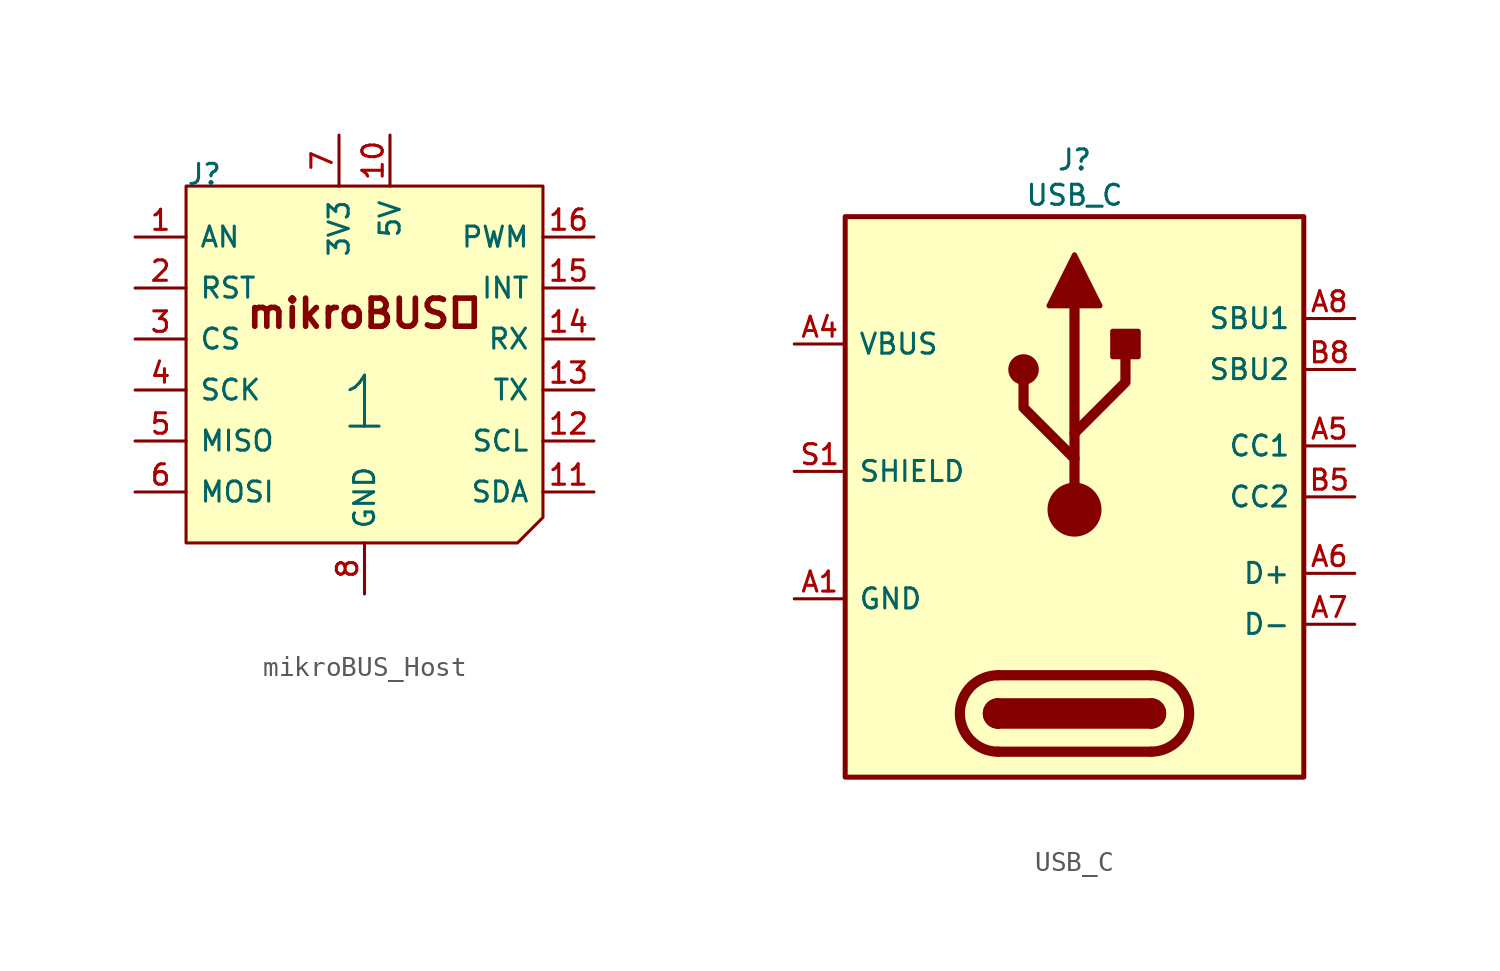
<source format=kicad_sym>
(kicad_symbol_lib
  (version 20220914)
  (generator kicad_symbol_editor)
  (symbol "mikroBUS_Host"
    (pin_names
      (offset 0.635))
    (property "Reference" "J"
      (at 0 0 0)
      (do_not_autoplace)
      (effects (font (size 1.0 1.0)) (justify left bottom)))
    (property "Value" "1"
      (at 8.89 -10.795 0)
      (do_not_autoplace)
      (effects (font (size 2.54 2.54))))
    (symbol "mikroBUS_Host_0_0"
      (pin power_in line (at 10.16 2.54 270) (length 2.54) (name "5V" (effects (font (size 1.0 1.0)))) (number "10" (effects (font (size 1.016 1.016)))))
      (pin bidirectional line (at 20.32 -15.24 180) (length 2.54) (name "SDA" (effects (font (size 1.0 1.0)))) (number "11" (effects (font (size 1.016 1.016)))))
      (pin bidirectional line (at 20.32 -12.7 180) (length 2.54) (name "SCL" (effects (font (size 1.0 1.0)))) (number "12" (effects (font (size 1.016 1.016)))))
      (pin bidirectional line (at 20.32 -10.16 180) (length 2.54) (name "TX" (effects (font (size 1.0 1.0)))) (number "13" (effects (font (size 1.016 1.016)))))
      (pin bidirectional line (at 20.32 -7.62 180) (length 2.54) (name "RX" (effects (font (size 1.0 1.0)))) (number "14" (effects (font (size 1.016 1.016)))))
      (pin bidirectional line (at 20.32 -5.08 180) (length 2.54) (name "INT" (effects (font (size 1.0 1.0)))) (number "15" (effects (font (size 1.016 1.016)))))
      (pin bidirectional line (at 20.32 -2.54 180) (length 2.54) (name "PWM" (effects (font (size 1.0 1.0)))) (number "16" (effects (font (size 1.016 1.016)))))
      (pin bidirectional line (at -2.54 -5.08 0) (length 2.54) (name "RST" (effects (font (size 1.0 1.0)))) (number "2" (effects (font (size 1.016 1.016)))))
      (pin bidirectional line (at -2.54 -7.62 0) (length 2.54) (name "CS" (effects (font (size 1.0 1.0)))) (number "3" (effects (font (size 1.016 1.016)))))
      (pin bidirectional line (at -2.54 -10.16 0) (length 2.54) (name "SCK" (effects (font (size 1.0 1.0)))) (number "4" (effects (font (size 1.016 1.016)))))
      (pin bidirectional line (at -2.54 -12.7 0) (length 2.54) (name "MISO" (effects (font (size 1.0 1.0)))) (number "5" (effects (font (size 1.016 1.016)))))
      (pin bidirectional line (at -2.54 -15.24 0) (length 2.54) (name "MOSI" (effects (font (size 1.0 1.0)))) (number "6" (effects (font (size 1.016 1.016)))))
      (pin power_in line (at 7.62 2.54 270) (length 2.54) (name "3V3" (effects (font (size 1.0 1.0)))) (number "7" (effects (font (size 1.016 1.016))))))
    (symbol "mikroBUS_Host_1_0"
      (pin bidirectional line (at -2.54 -2.54 0) (length 2.54) (name "AN" (effects (font (size 1.0 1.0)))) (number "1" (effects (font (size 1.0 1.0)))))
      (pin bidirectional line (at 8.89 -20.32 90) (length 2.54) (name "GND" (effects (font (size 1.0 1.0)))) (number "8" (effects (font (size 1.016 1.016)))))
      (pin bidirectional line (at 8.89 -20.32 90) (length 2.54) hide (name "GND" (effects (font (size 1.0 1.0)))) (number "9" (effects (font (size 1.016 1.016))))))
    (symbol "mikroBUS_Host_1_1"
      (polyline (pts (xy 0 0) (xy 0 -17.78) (xy 16.51 -17.78) (xy 17.78 -16.51) (xy 17.78 0) (xy 0 0)) (stroke (width 0) (type default)) (fill (type background)))
      (text "mikroBUS™" (at 8.89 -6.35 0) (effects (font (size 1.4 1.4) bold)))))
  (symbol "USB_C"
    (pin_names
      (offset 0.635))
    (property "Reference" "J"
      (at 11.43 2.83 0)
      (effects (font (size 1.0 1.0))))
    (property "Value" "USB_C"
      (at 11.43 1.068 0)
      (effects (font (size 1.0 1.0))))
    (symbol "USB_C_0_1"
      (polyline (pts (xy 7.62 -22.86) (xy 15.24 -22.86)) (stroke (width 0.508) (type default)) (fill (type none)))
      (polyline (pts (xy 11.43 -14.605) (xy 11.43 -4.445)) (stroke (width 0.508) (type default)) (fill (type none)))
      (polyline (pts (xy 15.24 -26.67) (xy 7.62 -26.67)) (stroke (width 0.508) (type default)) (fill (type none)))
      (polyline (pts (xy 11.43 -12.065) (xy 8.89 -9.525) (xy 8.89 -8.255)) (stroke (width 0.508) (type default)) (fill (type none)))
      (polyline (pts (xy 11.43 -10.795) (xy 13.97 -8.255) (xy 13.97 -6.985)) (stroke (width 0.508) (type default)) (fill (type none)))
      (polyline (pts (xy 10.16 -4.445) (xy 11.43 -1.905) (xy 12.7 -4.445) (xy 10.16 -4.445)) (stroke (width 0.254) (type default)) (fill (type outline)))
      (rectangle (start 0 0) (end 22.86 -27.94) (stroke (width 0.25) (type default)) (fill (type background)))
      (arc (start 7.62 -24.13) (mid 6.9887 -24.7648) (end 7.62 -25.4) (stroke (width 0.254) (type default)) (fill (type none)))
      (arc (start 7.62 -24.13) (mid 6.9887 -24.7648) (end 7.62 -25.4) (stroke (width 0.254) (type default)) (fill (type outline)))
      (rectangle (start 7.62 -24.13) (end 15.24 -25.4) (stroke (width 0.254) (type default)) (fill (type outline)))
      (arc (start 7.62 -22.86) (mid 5.723 -24.765) (end 7.62 -26.67) (stroke (width 0.508) (type default)) (fill (type none)))
      (circle (center 8.89 -7.62) (radius 0.635) (stroke (width 0.254) (type default)) (fill (type outline)))
      (circle (center 11.43 -14.605) (radius 1.27) (stroke (width 0) (type default)) (fill (type outline)))
      (rectangle (start 13.335 -6.985) (end 14.605 -5.715) (stroke (width 0.254) (type default)) (fill (type outline)))
      (arc (start 15.24 -26.67) (mid 17.1367 -24.7648) (end 15.24 -22.86) (stroke (width 0.508) (type default)) (fill (type none)))
      (arc (start 15.24 -25.4) (mid 15.8717 -24.7648) (end 15.24 -24.13) (stroke (width 0.254) (type default)) (fill (type none)))
      (arc (start 15.24 -25.4) (mid 15.8717 -24.7648) (end 15.24 -24.13) (stroke (width 0.254) (type default)) (fill (type outline))))
    (symbol "USB_C_1_1"
      (pin passive line (at -2.54 -19.05 0) (length 2.54) (name "GND" (effects (font (size 1.0 1.0)))) (number "A1" (effects (font (size 1.0 1.0)))))
      (pin passive line (at -2.54 -19.05 0) (length 2.54) hide (name "GND" (effects (font (size 1.0 1.0)))) (number "A12" (effects (font (size 1.0 1.0)))))
      (pin passive line (at -2.54 -6.35 0) (length 2.54) (name "VBUS" (effects (font (size 1.0 1.0)))) (number "A4" (effects (font (size 1.0 1.0)))))
      (pin bidirectional line (at 25.4 -11.43 180) (length 2.54) (name "CC1" (effects (font (size 1.0 1.0)))) (number "A5" (effects (font (size 1.0 1.0)))))
      (pin bidirectional line (at 25.4 -17.78 180) (length 2.54) (name "D+" (effects (font (size 1.0 1.0)))) (number "A6" (effects (font (size 1.0 1.0)))))
      (pin bidirectional line (at 25.4 -20.32 180) (length 2.54) (name "D-" (effects (font (size 1.0 1.0)))) (number "A7" (effects (font (size 1.0 1.0)))))
      (pin bidirectional line (at 25.4 -5.08 180) (length 2.54) (name "SBU1" (effects (font (size 1.0 1.0)))) (number "A8" (effects (font (size 1.0 1.0)))))
      (pin passive line (at -2.54 -6.35 0) (length 2.54) hide (name "VBUS" (effects (font (size 1.0 1.0)))) (number "A9" (effects (font (size 1.0 1.0)))))
      (pin bidirectional line (at 25.4 -13.97 180) (length 2.54) (name "CC2" (effects (font (size 1.0 1.0)))) (number "B5" (effects (font (size 1.0 1.0)))))
      (pin bidirectional line (at 25.4 -17.78 180) (length 2.54) hide (name "D+" (effects (font (size 1.0 1.0)))) (number "B6" (effects (font (size 1.0 1.0)))))
      (pin bidirectional line (at 25.4 -20.32 180) (length 2.54) hide (name "D-" (effects (font (size 1.0 1.0)))) (number "B7" (effects (font (size 1.0 1.0)))))
      (pin bidirectional line (at 25.4 -7.62 180) (length 2.54) (name "SBU2" (effects (font (size 1.0 1.0)))) (number "B8" (effects (font (size 1.0 1.0)))))
      (pin passive line (at -2.54 -12.7 0) (length 2.54) (name "SHIELD" (effects (font (size 1.0 1.0)))) (number "S1" (effects (font (size 1.0 1.0))))))))
</source>
